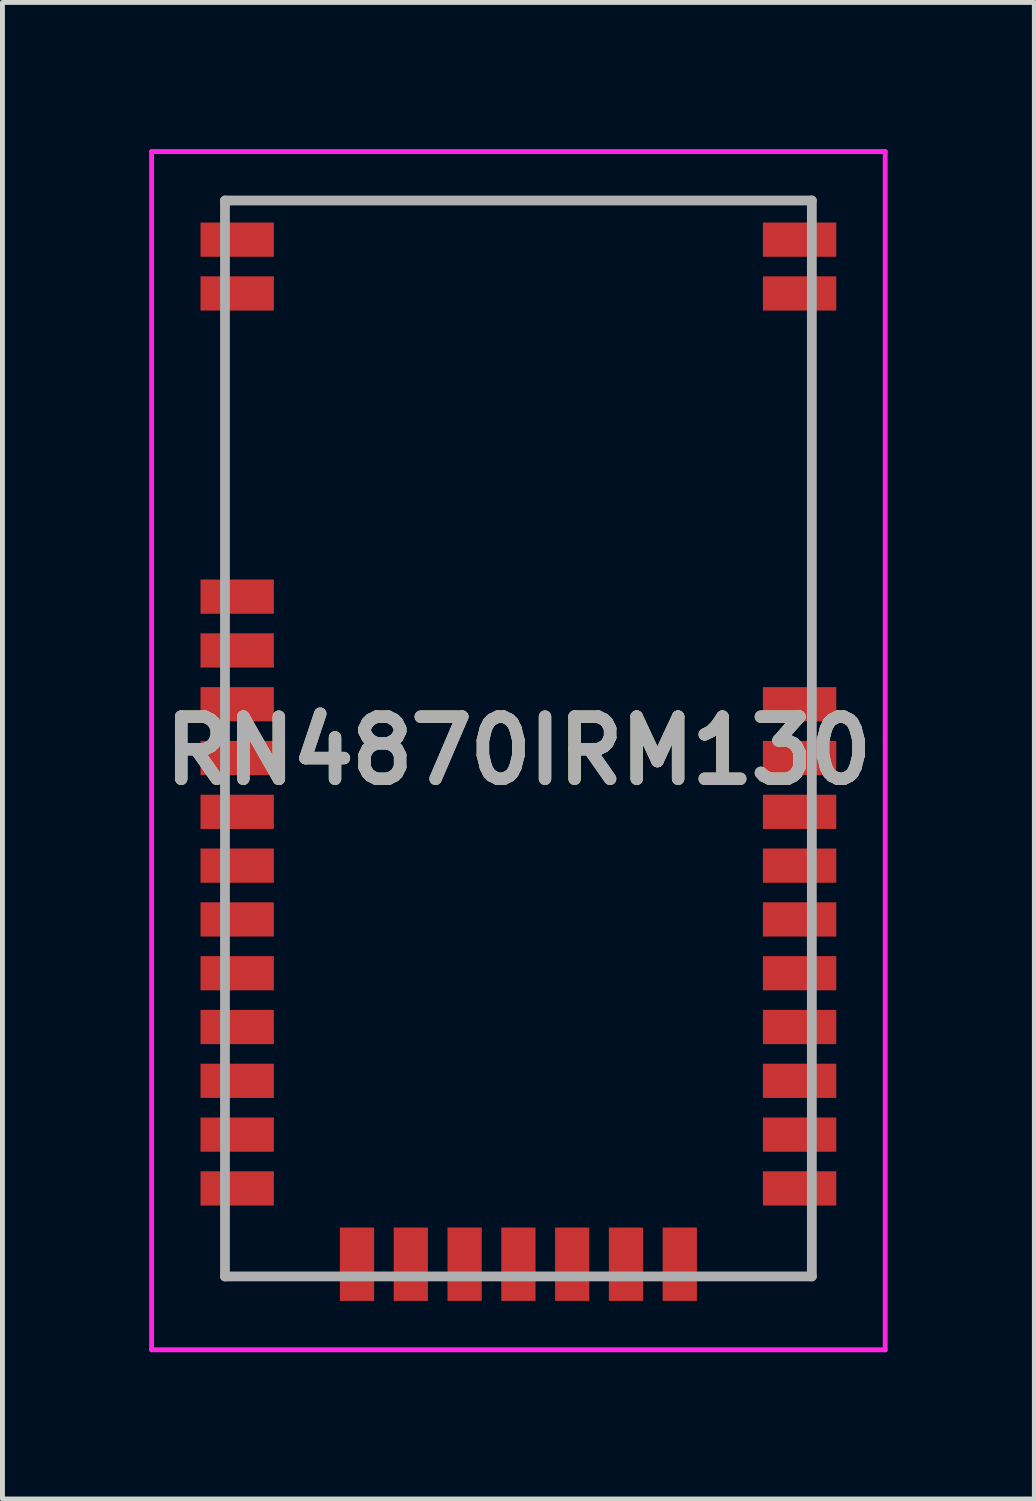
<source format=kicad_pcb>
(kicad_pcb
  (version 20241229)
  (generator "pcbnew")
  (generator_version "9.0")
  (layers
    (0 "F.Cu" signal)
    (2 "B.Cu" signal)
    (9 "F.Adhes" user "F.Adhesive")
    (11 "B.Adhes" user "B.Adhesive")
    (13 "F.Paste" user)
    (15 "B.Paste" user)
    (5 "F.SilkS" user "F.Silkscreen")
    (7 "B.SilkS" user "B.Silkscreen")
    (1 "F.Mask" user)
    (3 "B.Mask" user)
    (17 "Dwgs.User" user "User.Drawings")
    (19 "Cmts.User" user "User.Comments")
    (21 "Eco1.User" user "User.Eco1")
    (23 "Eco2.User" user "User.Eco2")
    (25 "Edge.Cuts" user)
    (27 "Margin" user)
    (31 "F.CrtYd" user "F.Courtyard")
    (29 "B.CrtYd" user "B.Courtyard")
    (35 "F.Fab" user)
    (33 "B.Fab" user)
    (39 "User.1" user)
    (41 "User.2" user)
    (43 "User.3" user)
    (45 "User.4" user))
  (footprint "RN4870IRM130"
    (layer "F.Cu")
    (at 7.55 12.05)
    (property "Reference" "RN4870IRM130" (at 0 0.25 0) (layer "F.SilkS") (effects (font (size 1.27 1.27) (thickness 0.254))))
    (attr smd)
    (fp_line (start -6 -11) (end 6 -11) (stroke (width 0.1) (type solid)) (layer "F.SilkS"))
    (fp_line (start -6 11) (end -6 9.8) (stroke (width 0.1) (type solid)) (layer "F.SilkS"))
    (fp_line (start -6 11) (end -3.95 11) (stroke (width 0.1) (type solid)) (layer "F.SilkS"))
    (fp_line (start 6 11) (end 4.05 11) (stroke (width 0.1) (type solid)) (layer "F.SilkS"))
    (fp_line (start 6 11) (end 6 9.8) (stroke (width 0.1) (type solid)) (layer "F.SilkS"))
    (fp_line (start -7.5 -12) (end 7.5 -12) (stroke (width 0.1) (type solid)) (layer "F.CrtYd"))
    (fp_line (start -7.5 12.5) (end -7.5 -12) (stroke (width 0.1) (type solid)) (layer "F.CrtYd"))
    (fp_line (start 7.5 -12) (end 7.5 12.5) (stroke (width 0.1) (type solid)) (layer "F.CrtYd"))
    (fp_line (start 7.5 12.5) (end -7.5 12.5) (stroke (width 0.1) (type solid)) (layer "F.CrtYd"))
    (fp_line (start -6 -11) (end 6 -11) (stroke (width 0.2) (type solid)) (layer "F.Fab"))
    (fp_line (start -6 11) (end -6 -11) (stroke (width 0.2) (type solid)) (layer "F.Fab"))
    (fp_line (start 6 -11) (end 6 11) (stroke (width 0.2) (type solid)) (layer "F.Fab"))
    (fp_line (start 6 11) (end -6 11) (stroke (width 0.2) (type solid)) (layer "F.Fab"))
    (fp_text user "${REFERENCE}" (at 0 0.25 0) (layer "F.Fab") (effects (font (size 1.27 1.27) (thickness 0.254))))
    (pad "1" smd rect (at -5.75 -10.2 90) (size 0.7 1.5) (layers "F.Cu" "F.Mask" "F.Paste"))
    (pad "2" smd rect (at -5.75 -9.1 90) (size 0.7 1.5) (layers "F.Cu" "F.Mask" "F.Paste"))
    (pad "3" smd rect (at -5.75 -2.9 90) (size 0.7 1.5) (layers "F.Cu" "F.Mask" "F.Paste"))
    (pad "4" smd rect (at -5.75 -1.8 90) (size 0.7 1.5) (layers "F.Cu" "F.Mask" "F.Paste"))
    (pad "5" smd rect (at -5.75 -0.7 90) (size 0.7 1.5) (layers "F.Cu" "F.Mask" "F.Paste"))
    (pad "6" smd rect (at -5.75 0.4 90) (size 0.7 1.5) (layers "F.Cu" "F.Mask" "F.Paste"))
    (pad "7" smd rect (at -5.75 1.5 90) (size 0.7 1.5) (layers "F.Cu" "F.Mask" "F.Paste"))
    (pad "8" smd rect (at -5.75 2.6 90) (size 0.7 1.5) (layers "F.Cu" "F.Mask" "F.Paste"))
    (pad "9" smd rect (at -5.75 3.7 90) (size 0.7 1.5) (layers "F.Cu" "F.Mask" "F.Paste"))
    (pad "10" smd rect (at -5.75 4.8 90) (size 0.7 1.5) (layers "F.Cu" "F.Mask" "F.Paste"))
    (pad "11" smd rect (at -5.75 5.9 90) (size 0.7 1.5) (layers "F.Cu" "F.Mask" "F.Paste"))
    (pad "12" smd rect (at -5.75 7 90) (size 0.7 1.5) (layers "F.Cu" "F.Mask" "F.Paste"))
    (pad "13" smd rect (at -5.75 8.1 90) (size 0.7 1.5) (layers "F.Cu" "F.Mask" "F.Paste"))
    (pad "14" smd rect (at -5.75 9.2 90) (size 0.7 1.5) (layers "F.Cu" "F.Mask" "F.Paste"))
    (pad "15" smd rect (at -3.3 10.75) (size 0.7 1.5) (layers "F.Cu" "F.Mask" "F.Paste"))
    (pad "16" smd rect (at -2.2 10.75) (size 0.7 1.5) (layers "F.Cu" "F.Mask" "F.Paste"))
    (pad "17" smd rect (at -1.1 10.75) (size 0.7 1.5) (layers "F.Cu" "F.Mask" "F.Paste"))
    (pad "18" smd rect (at 0 10.75) (size 0.7 1.5) (layers "F.Cu" "F.Mask" "F.Paste"))
    (pad "19" smd rect (at 1.1 10.75) (size 0.7 1.5) (layers "F.Cu" "F.Mask" "F.Paste"))
    (pad "20" smd rect (at 2.2 10.75) (size 0.7 1.5) (layers "F.Cu" "F.Mask" "F.Paste"))
    (pad "21" smd rect (at 3.3 10.75) (size 0.7 1.5) (layers "F.Cu" "F.Mask" "F.Paste"))
    (pad "22" smd rect (at 5.75 9.2 90) (size 0.7 1.5) (layers "F.Cu" "F.Mask" "F.Paste"))
    (pad "23" smd rect (at 5.75 8.1 90) (size 0.7 1.5) (layers "F.Cu" "F.Mask" "F.Paste"))
    (pad "24" smd rect (at 5.75 7 90) (size 0.7 1.5) (layers "F.Cu" "F.Mask" "F.Paste"))
    (pad "25" smd rect (at 5.75 5.9 90) (size 0.7 1.5) (layers "F.Cu" "F.Mask" "F.Paste"))
    (pad "26" smd rect (at 5.75 4.8 90) (size 0.7 1.5) (layers "F.Cu" "F.Mask" "F.Paste"))
    (pad "27" smd rect (at 5.75 3.7 90) (size 0.7 1.5) (layers "F.Cu" "F.Mask" "F.Paste"))
    (pad "28" smd rect (at 5.75 2.6 90) (size 0.7 1.5) (layers "F.Cu" "F.Mask" "F.Paste"))
    (pad "29" smd rect (at 5.75 1.5 90) (size 0.7 1.5) (layers "F.Cu" "F.Mask" "F.Paste"))
    (pad "30" smd rect (at 5.75 0.4 90) (size 0.7 1.5) (layers "F.Cu" "F.Mask" "F.Paste"))
    (pad "31" smd rect (at 5.75 -0.7 90) (size 0.7 1.5) (layers "F.Cu" "F.Mask" "F.Paste"))
    (pad "32" smd rect (at 5.75 -9.1 90) (size 0.7 1.5) (layers "F.Cu" "F.Mask" "F.Paste"))
    (pad "33" smd rect (at 5.75 -10.2 90) (size 0.7 1.5) (layers "F.Cu" "F.Mask" "F.Paste")))
  (gr_rect
    (start -3 -3)
    (end 18.1 27.6)
    (stroke (width 0.1) (type default))
    (fill no)
    (layer "Edge.Cuts")))
</source>
